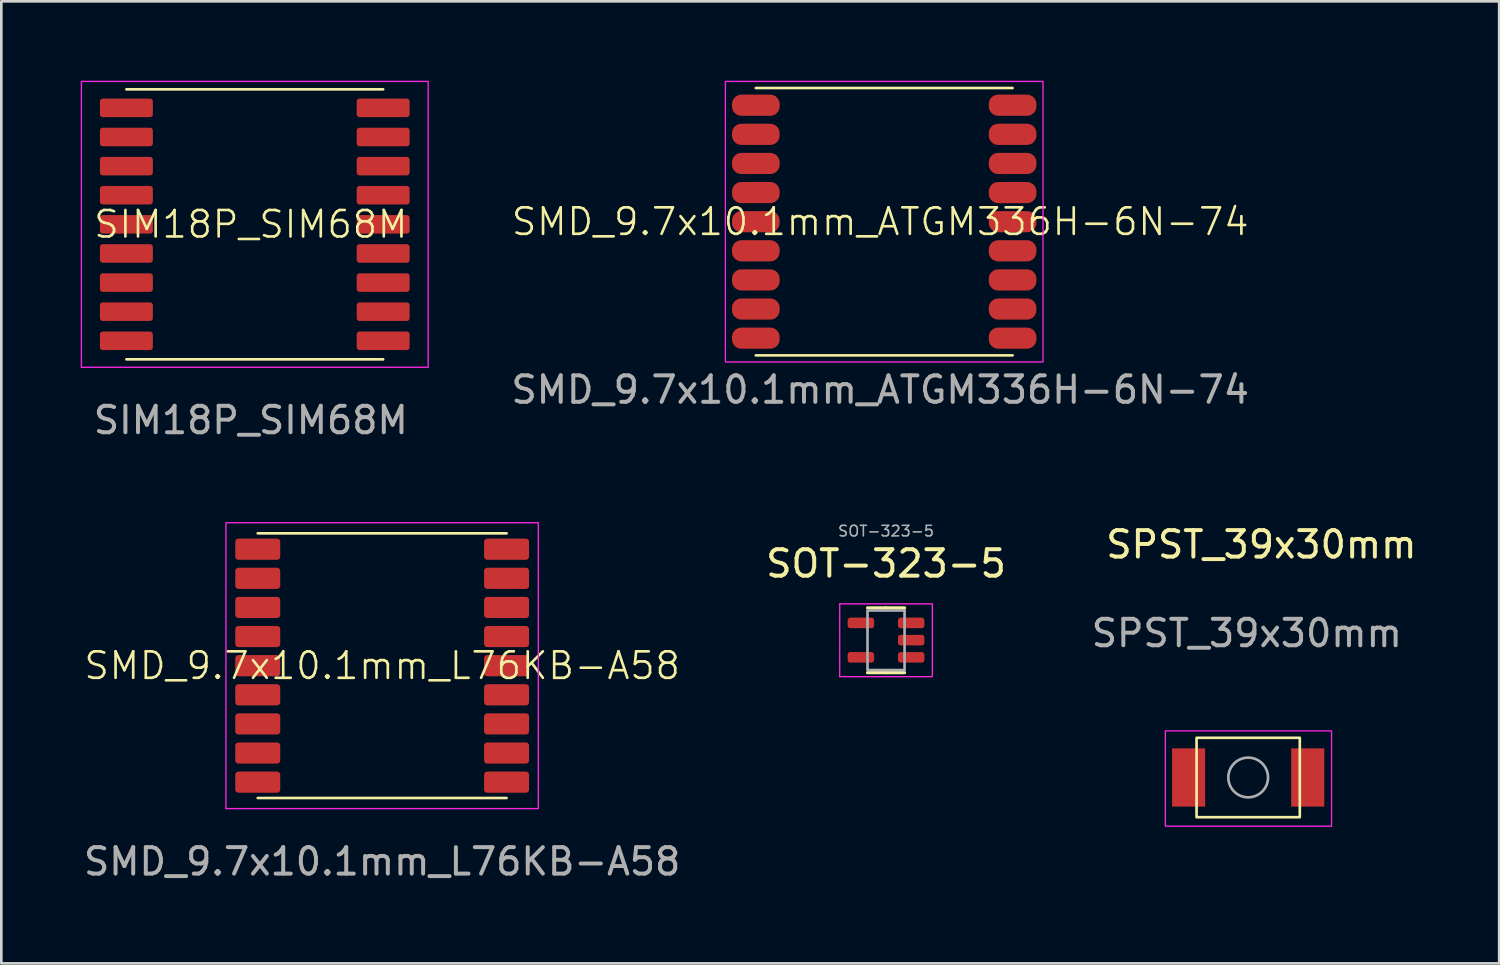
<source format=kicad_pcb>
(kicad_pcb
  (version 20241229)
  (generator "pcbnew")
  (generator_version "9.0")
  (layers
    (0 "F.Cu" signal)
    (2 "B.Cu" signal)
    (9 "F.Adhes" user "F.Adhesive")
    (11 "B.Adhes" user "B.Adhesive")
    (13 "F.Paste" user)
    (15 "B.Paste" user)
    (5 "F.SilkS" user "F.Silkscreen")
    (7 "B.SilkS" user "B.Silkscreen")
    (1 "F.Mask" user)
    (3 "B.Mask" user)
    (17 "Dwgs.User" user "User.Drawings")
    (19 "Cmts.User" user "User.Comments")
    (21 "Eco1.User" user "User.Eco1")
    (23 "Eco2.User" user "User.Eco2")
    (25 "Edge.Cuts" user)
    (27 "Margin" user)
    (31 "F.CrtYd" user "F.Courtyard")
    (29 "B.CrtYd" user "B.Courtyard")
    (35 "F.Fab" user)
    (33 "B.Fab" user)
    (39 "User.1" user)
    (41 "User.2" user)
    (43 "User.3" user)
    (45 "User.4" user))
  (footprint "SIM18P_SIM68M"
    (layer "F.Cu")
    (at 1.725 1.025)
    (property "Reference" "SIM18P_SIM68M" (at 4.7 4.4 0) (unlocked yes) (layer "F.SilkS") (effects (font (size 1 1) (thickness 0.1))))
    (attr smd)
    (fp_line (start 9.7 -0.7) (end 0 -0.7) (stroke (width 0.1) (type solid)) (layer "F.SilkS"))
    (fp_line (start 9.7 9.5) (end 0 9.5) (stroke (width 0.1) (type solid)) (layer "F.SilkS"))
    (fp_rect (start -1.7 -1) (end 11.4 9.8) (stroke (width 0.05) (type default)) (fill no) (layer "F.CrtYd"))
    (fp_text user "${REFERENCE}" (at 4.7 11.8 0) (unlocked yes) (layer "F.Fab") (effects (font (size 1 1) (thickness 0.15))))
    (pad "1" smd roundrect (at 0 0) (size 2 0.7) (layers "F.Cu" "F.Mask" "F.Paste") (roundrect_rratio 0.15))
    (pad "2" smd roundrect (at 0 1.1) (size 2 0.7) (layers "F.Cu" "F.Mask" "F.Paste") (roundrect_rratio 0.15))
    (pad "3" smd roundrect (at 0 2.2) (size 2 0.7) (layers "F.Cu" "F.Mask" "F.Paste") (roundrect_rratio 0.15))
    (pad "4" smd roundrect (at 0 3.3) (size 2 0.7) (layers "F.Cu" "F.Mask" "F.Paste") (roundrect_rratio 0.15))
    (pad "5" smd roundrect (at 0 4.4) (size 2 0.7) (layers "F.Cu" "F.Mask" "F.Paste") (roundrect_rratio 0.15))
    (pad "6" smd roundrect (at 0 5.5) (size 2 0.7) (layers "F.Cu" "F.Mask" "F.Paste") (roundrect_rratio 0.15))
    (pad "7" smd roundrect (at 0 6.6) (size 2 0.7) (layers "F.Cu" "F.Mask" "F.Paste") (roundrect_rratio 0.15))
    (pad "8" smd roundrect (at 0 7.7) (size 2 0.7) (layers "F.Cu" "F.Mask" "F.Paste") (roundrect_rratio 0.15))
    (pad "9" smd roundrect (at 0 8.8) (size 2 0.7) (layers "F.Cu" "F.Mask" "F.Paste") (roundrect_rratio 0.15))
    (pad "10" smd roundrect (at 9.7 8.8) (size 2 0.7) (layers "F.Cu" "F.Mask" "F.Paste") (roundrect_rratio 0.15))
    (pad "11" smd roundrect (at 9.7 7.7) (size 2 0.7) (layers "F.Cu" "F.Mask" "F.Paste") (roundrect_rratio 0.15))
    (pad "12" smd roundrect (at 9.7 6.6) (size 2 0.7) (layers "F.Cu" "F.Mask" "F.Paste") (roundrect_rratio 0.15))
    (pad "13" smd roundrect (at 9.7 5.5) (size 2 0.7) (layers "F.Cu" "F.Mask" "F.Paste") (roundrect_rratio 0.15))
    (pad "14" smd roundrect (at 9.7 4.4) (size 2 0.7) (layers "F.Cu" "F.Mask" "F.Paste") (roundrect_rratio 0.15))
    (pad "15" smd roundrect (at 9.7 3.3) (size 2 0.7) (layers "F.Cu" "F.Mask" "F.Paste") (roundrect_rratio 0.15))
    (pad "16" smd roundrect (at 9.7 2.2) (size 2 0.7) (layers "F.Cu" "F.Mask" "F.Paste") (roundrect_rratio 0.15))
    (pad "17" smd roundrect (at 9.7 1.1) (size 2 0.7) (layers "F.Cu" "F.Mask" "F.Paste") (roundrect_rratio 0.15))
    (pad "18" smd roundrect (at 9.7 0) (size 2 0.7) (layers "F.Cu" "F.Mask" "F.Paste") (roundrect_rratio 0.15)))
  (footprint "SOT-323-5"
    (layer "F.Cu")
    (at 30.423 21.313)
    (property "Reference" "SOT-323-5" (at 0 -3.07 180) (layer "F.SilkS") (effects (font (size 1 1) (thickness 0.15))))
    (attr smd)
    (fp_line (start 0 -1.4) (end -0.7 -1.4) (stroke (width 0.12) (type solid)) (layer "F.SilkS"))
    (fp_line (start 0 -1.4) (end 0.7 -1.4) (stroke (width 0.12) (type solid)) (layer "F.SilkS"))
    (fp_line (start 0 1.05) (end -0.7 1.05) (stroke (width 0.12) (type solid)) (layer "F.SilkS"))
    (fp_line (start 0 1.05) (end 0.7 1.05) (stroke (width 0.12) (type solid)) (layer "F.SilkS"))
    (fp_line (start -1.75 -1.55) (end -1.75 1.2) (stroke (width 0.05) (type solid)) (layer "F.CrtYd"))
    (fp_line (start -1.75 1.2) (end 1.75 1.2) (stroke (width 0.05) (type solid)) (layer "F.CrtYd"))
    (fp_line (start 1.75 -1.55) (end -1.75 -1.55) (stroke (width 0.05) (type solid)) (layer "F.CrtYd"))
    (fp_line (start 1.75 1.175) (end 1.75 -1.55) (stroke (width 0.05) (type solid)) (layer "F.CrtYd"))
    (fp_line (start -0.7 -1.3) (end 0.7 -1.3) (stroke (width 0.1) (type solid)) (layer "F.Fab"))
    (fp_line (start -0.7 0.92) (end -0.7 -1.28) (stroke (width 0.1) (type solid)) (layer "F.Fab"))
    (fp_line (start 0.7 -1.3) (end 0.7 0.95) (stroke (width 0.1) (type solid)) (layer "F.Fab"))
    (fp_line (start 0.7 0.95) (end -0.7 0.95) (stroke (width 0.1) (type solid)) (layer "F.Fab"))
    (fp_text user "${REFERENCE}" (at 0 -4.3 180) (layer "F.Fab") (effects (font (size 0.4 0.4) (thickness 0.06))))
    (pad "1" smd roundrect (at 0.95 0.47 180) (size 1 0.4) (layers "F.Cu" "F.Mask" "F.Paste") (roundrect_rratio 0.25))
    (pad "2" smd roundrect (at 0.95 -0.18 180) (size 1 0.4) (layers "F.Cu" "F.Mask" "F.Paste") (roundrect_rratio 0.25))
    (pad "3" smd roundrect (at 0.95 -0.83 180) (size 1 0.4) (layers "F.Cu" "F.Mask" "F.Paste") (roundrect_rratio 0.25))
    (pad "4" smd roundrect (at -0.95 -0.83 180) (size 1 0.4) (layers "F.Cu" "F.Mask" "F.Paste") (roundrect_rratio 0.25))
    (pad "5" smd roundrect (at -0.95 0.47 180) (size 1 0.4) (layers "F.Cu" "F.Mask" "F.Paste") (roundrect_rratio 0.25)))
  (footprint "SMD_9.7x10.1mm_ATGM336H-6N-74"
    (layer "F.Cu")
    (at 25.504 0.925)
    (property "Reference" "SMD_9.7x10.1mm_ATGM336H-6N-74" (at 4.7 4.4 0) (unlocked yes) (layer "F.SilkS") (effects (font (size 1 1) (thickness 0.1))))
    (attr smd)
    (fp_line (start 9.7 -0.65) (end 0 -0.65) (stroke (width 0.1) (type solid)) (layer "F.SilkS"))
    (fp_line (start 9.7 9.45) (end 0 9.45) (stroke (width 0.1) (type solid)) (layer "F.SilkS"))
    (fp_rect (start -1.15 -0.9) (end 10.85 9.7) (stroke (width 0.05) (type default)) (fill no) (layer "F.CrtYd"))
    (fp_text user "${REFERENCE}" (at 4.7 10.75 0) (unlocked yes) (layer "F.Fab") (effects (font (size 1 1) (thickness 0.15))))
    (pad "1" smd roundrect (at 0 0) (size 1.8 0.8) (layers "F.Cu" "F.Mask" "F.Paste") (roundrect_rratio 0.438))
    (pad "2" smd roundrect (at 0 1.1) (size 1.8 0.8) (layers "F.Cu" "F.Mask" "F.Paste") (roundrect_rratio 0.438))
    (pad "3" smd roundrect (at 0 2.2) (size 1.8 0.8) (layers "F.Cu" "F.Mask" "F.Paste") (roundrect_rratio 0.438))
    (pad "4" smd roundrect (at 0 3.3) (size 1.8 0.8) (layers "F.Cu" "F.Mask" "F.Paste") (roundrect_rratio 0.438))
    (pad "5" smd roundrect (at 0 4.4) (size 1.8 0.8) (layers "F.Cu" "F.Mask" "F.Paste") (roundrect_rratio 0.438))
    (pad "6" smd roundrect (at 0 5.5) (size 1.8 0.8) (layers "F.Cu" "F.Mask" "F.Paste") (roundrect_rratio 0.438))
    (pad "7" smd roundrect (at 0 6.6) (size 1.8 0.8) (layers "F.Cu" "F.Mask" "F.Paste") (roundrect_rratio 0.438))
    (pad "8" smd roundrect (at 0 7.7) (size 1.8 0.8) (layers "F.Cu" "F.Mask" "F.Paste") (roundrect_rratio 0.438))
    (pad "9" smd roundrect (at 0 8.8) (size 1.8 0.8) (layers "F.Cu" "F.Mask" "F.Paste") (roundrect_rratio 0.438))
    (pad "10" smd roundrect (at 9.7 8.8) (size 1.8 0.8) (layers "F.Cu" "F.Mask" "F.Paste") (roundrect_rratio 0.438))
    (pad "11" smd roundrect (at 9.7 7.7) (size 1.8 0.8) (layers "F.Cu" "F.Mask" "F.Paste") (roundrect_rratio 0.438))
    (pad "12" smd roundrect (at 9.7 6.6) (size 1.8 0.8) (layers "F.Cu" "F.Mask" "F.Paste") (roundrect_rratio 0.438))
    (pad "13" smd roundrect (at 9.7 5.5) (size 1.8 0.8) (layers "F.Cu" "F.Mask" "F.Paste") (roundrect_rratio 0.438))
    (pad "14" smd roundrect (at 9.7 4.4) (size 1.8 0.8) (layers "F.Cu" "F.Mask" "F.Paste") (roundrect_rratio 0.438))
    (pad "15" smd roundrect (at 9.7 3.3) (size 1.8 0.8) (layers "F.Cu" "F.Mask" "F.Paste") (roundrect_rratio 0.438))
    (pad "16" smd roundrect (at 9.7 2.2) (size 1.8 0.8) (layers "F.Cu" "F.Mask" "F.Paste") (roundrect_rratio 0.438))
    (pad "17" smd roundrect (at 9.7 1.1) (size 1.8 0.8) (layers "F.Cu" "F.Mask" "F.Paste") (roundrect_rratio 0.438))
    (pad "18" smd roundrect (at 9.7 0) (size 1.8 0.8) (layers "F.Cu" "F.Mask" "F.Paste") (roundrect_rratio 0.438)))
  (footprint "SMD_9.7x10.1mm_L76KB-A58"
    (layer "F.Cu")
    (at 6.687 17.698)
    (property "Reference" "SMD_9.7x10.1mm_L76KB-A58" (at 4.7 4.4 0) (unlocked yes) (layer "F.SilkS") (effects (font (size 1 1) (thickness 0.1))))
    (attr smd)
    (fp_line (start 9.4 -0.6) (end 0 -0.6) (stroke (width 0.1) (type default)) (layer "F.SilkS"))
    (fp_line (start 9.4 9.4) (end 0 9.4) (stroke (width 0.1) (type default)) (layer "F.SilkS"))
    (fp_rect (start -1.2 -1) (end 10.6 9.8) (stroke (width 0.05) (type default)) (fill no) (layer "F.CrtYd"))
    (fp_text user "${REFERENCE}" (at 4.7 11.8 0) (unlocked yes) (layer "F.Fab") (effects (font (size 1 1) (thickness 0.15))))
    (pad "1" smd roundrect (at 0 0) (size 1.7 0.8) (layers "F.Cu" "F.Mask" "F.Paste") (roundrect_rratio 0.15))
    (pad "2" smd roundrect (at 0 1.1) (size 1.7 0.8) (layers "F.Cu" "F.Mask" "F.Paste") (roundrect_rratio 0.15))
    (pad "3" smd roundrect (at 0 2.2) (size 1.7 0.8) (layers "F.Cu" "F.Mask" "F.Paste") (roundrect_rratio 0.15))
    (pad "4" smd roundrect (at 0 3.3) (size 1.7 0.8) (layers "F.Cu" "F.Mask" "F.Paste") (roundrect_rratio 0.15))
    (pad "5" smd roundrect (at 0 4.4) (size 1.7 0.8) (layers "F.Cu" "F.Mask" "F.Paste") (roundrect_rratio 0.15))
    (pad "6" smd roundrect (at 0 5.5) (size 1.7 0.8) (layers "F.Cu" "F.Mask" "F.Paste") (roundrect_rratio 0.15))
    (pad "7" smd roundrect (at 0 6.6) (size 1.7 0.8) (layers "F.Cu" "F.Mask" "F.Paste") (roundrect_rratio 0.15))
    (pad "8" smd roundrect (at 0 7.7) (size 1.7 0.8) (layers "F.Cu" "F.Mask" "F.Paste") (roundrect_rratio 0.15))
    (pad "9" smd roundrect (at 0 8.8) (size 1.7 0.8) (layers "F.Cu" "F.Mask" "F.Paste") (roundrect_rratio 0.15))
    (pad "10" smd roundrect (at 9.4 8.8) (size 1.7 0.8) (layers "F.Cu" "F.Mask" "F.Paste") (roundrect_rratio 0.15))
    (pad "11" smd roundrect (at 9.4 7.7) (size 1.7 0.8) (layers "F.Cu" "F.Mask" "F.Paste") (roundrect_rratio 0.15))
    (pad "12" smd roundrect (at 9.4 6.6) (size 1.7 0.8) (layers "F.Cu" "F.Mask" "F.Paste") (roundrect_rratio 0.15))
    (pad "13" smd roundrect (at 9.4 5.5) (size 1.7 0.8) (layers "F.Cu" "F.Mask" "F.Paste") (roundrect_rratio 0.15))
    (pad "14" smd roundrect (at 9.4 4.4) (size 1.7 0.8) (layers "F.Cu" "F.Mask" "F.Paste") (roundrect_rratio 0.15))
    (pad "15" smd roundrect (at 9.4 3.3) (size 1.7 0.8) (layers "F.Cu" "F.Mask" "F.Paste") (roundrect_rratio 0.15))
    (pad "16" smd roundrect (at 9.4 2.2) (size 1.7 0.8) (layers "F.Cu" "F.Mask" "F.Paste") (roundrect_rratio 0.15))
    (pad "17" smd roundrect (at 9.4 1.1) (size 1.7 0.8) (layers "F.Cu" "F.Mask" "F.Paste") (roundrect_rratio 0.15))
    (pad "18" smd roundrect (at 9.4 0) (size 1.7 0.8) (layers "F.Cu" "F.Mask" "F.Paste") (roundrect_rratio 0.15)))
  (footprint "SPST_39x30mm"
    (layer "F.Cu")
    (at 44.104 26.322)
    (property "Reference" "SPST_39x30mm" (at 0.5 -8.8 0) (layer "F.SilkS") (effects (font (size 1 1) (thickness 0.15))))
    (attr smd)
    (fp_rect (start -1.95 -1.5) (end 1.95 1.5) (stroke (width 0.1) (type default)) (fill no) (layer "F.SilkS"))
    (fp_rect (start -3.13 -1.76) (end 3.15 1.84) (stroke (width 0.05) (type default)) (fill no) (layer "F.CrtYd"))
    (fp_circle (center 0 0) (end 0.75 0) (stroke (width 0.1) (type solid)) (fill no) (layer "F.Fab"))
    (fp_text user "${REFERENCE}" (at -0.05 -5.45 0) (layer "F.Fab") (effects (font (size 1 1) (thickness 0.15))))
    (pad "1" smd rect (at -2.25 0) (size 1.25 2.2) (layers "F.Cu" "F.Mask" "F.Paste"))
    (pad "2" smd rect (at 2.25 0) (size 1.25 2.2) (layers "F.Cu" "F.Mask" "F.Paste")))
  (gr_rect
    (start -3 -3)
    (end 53.586 33.346)
    (stroke (width 0.1) (type default))
    (fill no)
    (layer "Edge.Cuts")))
</source>
